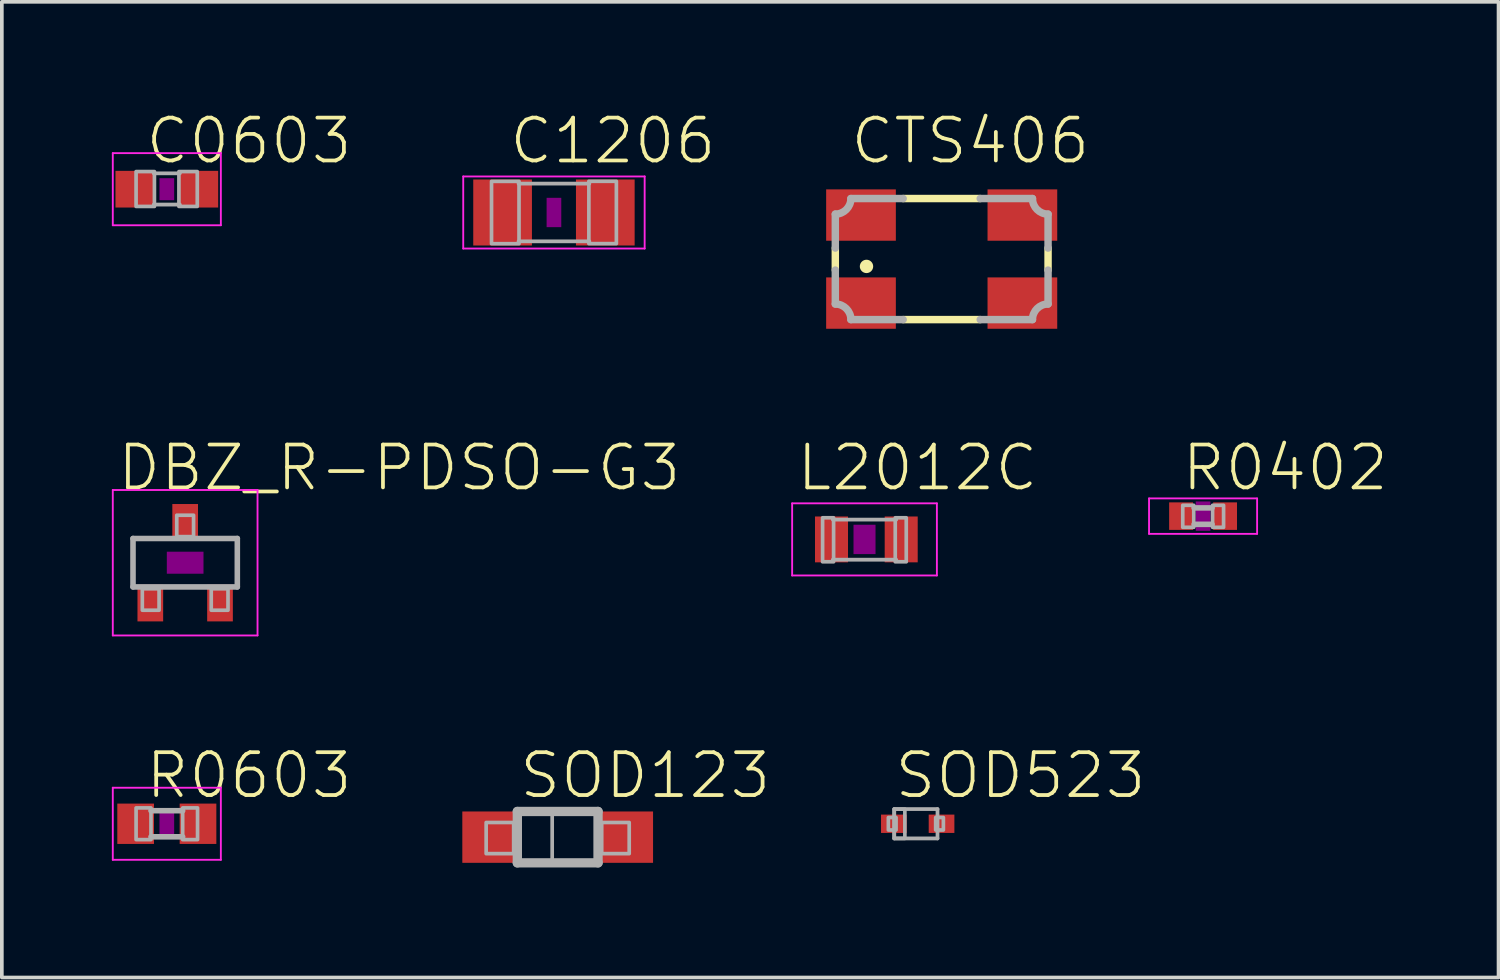
<source format=kicad_pcb>
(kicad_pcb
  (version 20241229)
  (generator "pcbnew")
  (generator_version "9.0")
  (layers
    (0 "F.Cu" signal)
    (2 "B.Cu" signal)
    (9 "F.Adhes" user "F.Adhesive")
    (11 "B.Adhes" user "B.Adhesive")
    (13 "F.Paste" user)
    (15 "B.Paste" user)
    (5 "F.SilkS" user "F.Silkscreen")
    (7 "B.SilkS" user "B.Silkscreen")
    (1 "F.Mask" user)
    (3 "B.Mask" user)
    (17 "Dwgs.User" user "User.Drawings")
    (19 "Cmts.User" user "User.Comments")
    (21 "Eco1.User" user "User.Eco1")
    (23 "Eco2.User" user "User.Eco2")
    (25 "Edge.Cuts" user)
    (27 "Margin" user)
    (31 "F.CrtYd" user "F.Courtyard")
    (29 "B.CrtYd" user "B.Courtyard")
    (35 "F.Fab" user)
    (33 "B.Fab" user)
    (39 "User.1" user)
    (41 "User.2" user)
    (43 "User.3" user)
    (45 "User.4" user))
  (footprint "SOD123"
    (layer "F.Cu")
    (at 12.154 19.773)
    (property "Reference" "SOD123" (at -1.1 -1 0) (layer "F.SilkS") (effects (font (size 1.168 1.168) (thickness 0.102)) (justify left bottom)))
    (fp_line (start -1.1 -0.7) (end 1.1 -0.7) (stroke (width 0.254) (type solid)) (layer "F.Fab"))
    (fp_line (start -1.1 0.7) (end -1.1 -0.7) (stroke (width 0.254) (type solid)) (layer "F.Fab"))
    (fp_line (start 1.1 -0.7) (end 1.1 0.7) (stroke (width 0.254) (type solid)) (layer "F.Fab"))
    (fp_line (start 1.1 0.7) (end -1.1 0.7) (stroke (width 0.254) (type solid)) (layer "F.Fab"))
    (fp_poly (pts (xy -1.95 0.45) (xy -1.2 0.45) (xy -1.2 -0.4) (xy -1.95 -0.4)) (stroke (width 0.1) (type solid)) (fill no) (layer "F.Fab"))
    (fp_poly (pts (xy -1.05 0.65) (xy -0.15 0.65) (xy -0.15 -0.7) (xy -1.05 -0.7)) (stroke (width 0.1) (type solid)) (fill no) (layer "F.Fab"))
    (fp_poly (pts (xy 1.2 0.45) (xy 1.95 0.45) (xy 1.95 -0.4) (xy 1.2 -0.4)) (stroke (width 0.1) (type solid)) (fill no) (layer "F.Fab"))
    (pad "A" smd rect (at 1.9 0) (size 1.4 1.4) (layers "F.Cu" "F.Mask" "F.Paste"))
    (pad "C" smd rect (at -1.9 0) (size 1.4 1.4) (layers "F.Cu" "F.Mask" "F.Paste")))
  (footprint "L2012C"
    (layer "F.Cu")
    (at 20.519 11.656)
    (property "Reference" "L2012C" (at -1.905 -1.27 0) (layer "F.SilkS") (effects (font (size 1.168 1.168) (thickness 0.102)) (justify left bottom)))
    (fp_poly (pts (xy -0.3 0.4) (xy 0.3 0.4) (xy 0.3 -0.4) (xy -0.3 -0.4)) (stroke (width 0) (type solid)) (fill yes) (layer "F.Adhes"))
    (fp_line (start -1.973 -0.983) (end 1.973 -0.983) (stroke (width 0.051) (type solid)) (layer "F.CrtYd"))
    (fp_line (start -1.973 0.983) (end -1.973 -0.983) (stroke (width 0.051) (type solid)) (layer "F.CrtYd"))
    (fp_line (start 1.973 -0.983) (end 1.973 0.983) (stroke (width 0.051) (type solid)) (layer "F.CrtYd"))
    (fp_line (start 1.973 0.983) (end -1.973 0.983) (stroke (width 0.051) (type solid)) (layer "F.CrtYd"))
    (fp_line (start -0.864 -0.54) (end 0.864 -0.54) (stroke (width 0.102) (type solid)) (layer "F.Fab"))
    (fp_line (start -0.864 0.553) (end 0.864 0.553) (stroke (width 0.102) (type solid)) (layer "F.Fab"))
    (fp_poly (pts (xy -1.143 0.61) (xy -0.843 0.61) (xy -0.843 -0.59) (xy -1.143 -0.59)) (stroke (width 0.1) (type solid)) (fill no) (layer "F.Fab"))
    (fp_poly (pts (xy 0.838 0.61) (xy 1.138 0.61) (xy 1.138 -0.59) (xy 0.838 -0.59)) (stroke (width 0.1) (type solid)) (fill no) (layer "F.Fab"))
    (pad "1" smd rect (at -0.9 0) (size 0.9 1.25) (layers "F.Cu" "F.Mask" "F.Paste"))
    (pad "2" smd rect (at 1 0) (size 0.9 1.25) (layers "F.Cu" "F.Mask" "F.Paste")))
  (footprint "C0603"
    (layer "F.Cu")
    (at 1.498 2.108)
    (property "Reference" "C0603" (at -0.635 -0.635 0) (layer "F.SilkS") (effects (font (size 1.168 1.168) (thickness 0.102)) (justify left bottom)))
    (fp_poly (pts (xy -0.2 0.3) (xy 0.2 0.3) (xy 0.2 -0.3) (xy -0.2 -0.3)) (stroke (width 0) (type solid)) (fill yes) (layer "F.Adhes"))
    (fp_line (start -1.473 -0.983) (end 1.473 -0.983) (stroke (width 0.051) (type solid)) (layer "F.CrtYd"))
    (fp_line (start -1.473 0.983) (end -1.473 -0.983) (stroke (width 0.051) (type solid)) (layer "F.CrtYd"))
    (fp_line (start 1.473 -0.983) (end 1.473 0.983) (stroke (width 0.051) (type solid)) (layer "F.CrtYd"))
    (fp_line (start 1.473 0.983) (end -1.473 0.983) (stroke (width 0.051) (type solid)) (layer "F.CrtYd"))
    (fp_line (start -0.356 -0.432) (end 0.356 -0.432) (stroke (width 0.102) (type solid)) (layer "F.Fab"))
    (fp_line (start -0.356 0.419) (end 0.356 0.419) (stroke (width 0.102) (type solid)) (layer "F.Fab"))
    (fp_poly (pts (xy -0.838 0.47) (xy -0.338 0.47) (xy -0.338 -0.48) (xy -0.838 -0.48)) (stroke (width 0.1) (type solid)) (fill no) (layer "F.Fab"))
    (fp_poly (pts (xy 0.33 0.47) (xy 0.83 0.47) (xy 0.83 -0.48) (xy 0.33 -0.48)) (stroke (width 0.1) (type solid)) (fill no) (layer "F.Fab"))
    (pad "1" smd rect (at -0.85 0) (size 1.1 1) (layers "F.Cu" "F.Mask" "F.Paste"))
    (pad "2" smd rect (at 0.85 0) (size 1.1 1) (layers "F.Cu" "F.Mask" "F.Paste")))
  (footprint "SOD523"
    (layer "F.Cu")
    (at 21.919 19.408)
    (property "Reference" "SOD523" (at -0.635 -0.635 0) (layer "F.SilkS") (effects (font (size 1.168 1.168) (thickness 0.102)) (justify left bottom)))
    (fp_line (start -0.59 -0.4) (end 0.59 -0.4) (stroke (width 0.102) (type solid)) (layer "F.Fab"))
    (fp_line (start -0.59 0.4) (end -0.59 -0.4) (stroke (width 0.102) (type solid)) (layer "F.Fab"))
    (fp_line (start 0.59 -0.4) (end 0.59 0.4) (stroke (width 0.102) (type solid)) (layer "F.Fab"))
    (fp_line (start 0.59 0.4) (end -0.59 0.4) (stroke (width 0.102) (type solid)) (layer "F.Fab"))
    (fp_poly (pts (xy -0.75 0.17) (xy -0.54 0.17) (xy -0.54 -0.17) (xy -0.75 -0.17)) (stroke (width 0.1) (type solid)) (fill no) (layer "F.Fab"))
    (fp_poly (pts (xy -0.59 0.4) (xy -0.3 0.4) (xy -0.3 -0.4) (xy -0.59 -0.4)) (stroke (width 0.1) (type solid)) (fill no) (layer "F.Fab"))
    (fp_poly (pts (xy 0.54 0.17) (xy 0.75 0.17) (xy 0.75 -0.17) (xy 0.54 -0.17)) (stroke (width 0.1) (type solid)) (fill no) (layer "F.Fab"))
    (pad "A" smd rect (at 0.7 0) (size 0.7 0.5) (layers "F.Cu" "F.Mask" "F.Paste"))
    (pad "C" smd rect (at -0.6 0) (size 0.7 0.5) (layers "F.Cu" "F.Mask" "F.Paste")))
  (footprint "R0402"
    (layer "F.Cu")
    (at 29.749 11.021)
    (property "Reference" "R0402" (at -0.635 -0.635 0) (layer "F.SilkS") (effects (font (size 1.168 1.168) (thickness 0.102)) (justify left bottom)))
    (fp_poly (pts (xy -0.2 0.4) (xy 0.2 0.4) (xy 0.2 -0.4) (xy -0.2 -0.4)) (stroke (width 0) (type solid)) (fill yes) (layer "F.Adhes"))
    (fp_line (start -1.473 -0.483) (end 1.473 -0.483) (stroke (width 0.051) (type solid)) (layer "F.CrtYd"))
    (fp_line (start -1.473 0.483) (end -1.473 -0.483) (stroke (width 0.051) (type solid)) (layer "F.CrtYd"))
    (fp_line (start 1.473 -0.483) (end 1.473 0.483) (stroke (width 0.051) (type solid)) (layer "F.CrtYd"))
    (fp_line (start 1.473 0.483) (end -1.473 0.483) (stroke (width 0.051) (type solid)) (layer "F.CrtYd"))
    (fp_line (start -0.245 -0.224) (end 0.245 -0.224) (stroke (width 0.152) (type solid)) (layer "F.Fab"))
    (fp_line (start 0.245 0.224) (end -0.245 0.224) (stroke (width 0.152) (type solid)) (layer "F.Fab"))
    (fp_poly (pts (xy -0.554 0.305) (xy -0.254 0.305) (xy -0.254 -0.295) (xy -0.554 -0.295)) (stroke (width 0.1) (type solid)) (fill no) (layer "F.Fab"))
    (fp_poly (pts (xy 0.259 0.305) (xy 0.559 0.305) (xy 0.559 -0.295) (xy 0.259 -0.295)) (stroke (width 0.1) (type solid)) (fill no) (layer "F.Fab"))
    (pad "1" smd rect (at -0.6 0) (size 0.65 0.75) (layers "F.Cu" "F.Mask" "F.Paste"))
    (pad "2" smd rect (at 0.6 0) (size 0.65 0.75) (layers "F.Cu" "F.Mask" "F.Paste")))
  (footprint "DBZ_R-PDSO-G3"
    (layer "F.Cu")
    (at 1.998 12.291)
    (property "Reference" "DBZ_R-PDSO-G3" (at -1.905 -1.905 0) (layer "F.SilkS") (effects (font (size 1.168 1.168) (thickness 0.102)) (justify left bottom)))
    (fp_poly (pts (xy -0.5 0.3) (xy 0.5 0.3) (xy 0.5 -0.3) (xy -0.5 -0.3)) (stroke (width 0) (type solid)) (fill yes) (layer "F.Adhes"))
    (fp_line (start -1.973 -1.983) (end 1.973 -1.983) (stroke (width 0.051) (type solid)) (layer "F.CrtYd"))
    (fp_line (start -1.973 1.983) (end -1.973 -1.983) (stroke (width 0.051) (type solid)) (layer "F.CrtYd"))
    (fp_line (start 1.973 -1.983) (end 1.973 1.983) (stroke (width 0.051) (type solid)) (layer "F.CrtYd"))
    (fp_line (start 1.973 1.983) (end -1.973 1.983) (stroke (width 0.051) (type solid)) (layer "F.CrtYd"))
    (fp_line (start -1.422 -0.66) (end 1.422 -0.66) (stroke (width 0.152) (type solid)) (layer "F.Fab"))
    (fp_line (start -1.422 0.66) (end -1.422 -0.66) (stroke (width 0.152) (type solid)) (layer "F.Fab"))
    (fp_line (start 1.422 -0.66) (end 1.422 0.66) (stroke (width 0.152) (type solid)) (layer "F.Fab"))
    (fp_line (start 1.422 0.66) (end -1.422 0.66) (stroke (width 0.152) (type solid)) (layer "F.Fab"))
    (fp_poly (pts (xy -1.168 1.295) (xy -0.711 1.295) (xy -0.711 0.711) (xy -1.168 0.711)) (stroke (width 0.1) (type solid)) (fill no) (layer "F.Fab"))
    (fp_poly (pts (xy -0.229 -0.711) (xy 0.229 -0.711) (xy 0.229 -1.295) (xy -0.229 -1.295)) (stroke (width 0.1) (type solid)) (fill no) (layer "F.Fab"))
    (fp_poly (pts (xy 0.711 1.295) (xy 1.168 1.295) (xy 1.168 0.711) (xy 0.711 0.711)) (stroke (width 0.1) (type solid)) (fill no) (layer "F.Fab"))
    (pad "1" smd rect (at -0.95 1.1) (size 0.7 1) (layers "F.Cu" "F.Mask" "F.Paste"))
    (pad "2" smd rect (at 0.95 1.1) (size 0.7 1) (layers "F.Cu" "F.Mask" "F.Paste"))
    (pad "3" smd rect (at 0 -1.1) (size 0.7 1) (layers "F.Cu" "F.Mask" "F.Paste")))
  (footprint "R0603"
    (layer "F.Cu")
    (at 1.498 19.408)
    (property "Reference" "R0603" (at -0.635 -0.635 0) (layer "F.SilkS") (effects (font (size 1.168 1.168) (thickness 0.102)) (justify left bottom)))
    (fp_poly (pts (xy -0.2 0.4) (xy 0.2 0.4) (xy 0.2 -0.4) (xy -0.2 -0.4)) (stroke (width 0) (type solid)) (fill yes) (layer "F.Adhes"))
    (fp_line (start -1.473 -0.983) (end 1.473 -0.983) (stroke (width 0.051) (type solid)) (layer "F.CrtYd"))
    (fp_line (start -1.473 0.983) (end -1.473 -0.983) (stroke (width 0.051) (type solid)) (layer "F.CrtYd"))
    (fp_line (start 1.473 -0.983) (end 1.473 0.983) (stroke (width 0.051) (type solid)) (layer "F.CrtYd"))
    (fp_line (start 1.473 0.983) (end -1.473 0.983) (stroke (width 0.051) (type solid)) (layer "F.CrtYd"))
    (fp_line (start -0.432 0.356) (end 0.432 0.356) (stroke (width 0.152) (type solid)) (layer "F.Fab"))
    (fp_line (start 0.432 -0.356) (end -0.432 -0.356) (stroke (width 0.152) (type solid)) (layer "F.Fab"))
    (fp_poly (pts (xy -0.838 0.432) (xy -0.432 0.432) (xy -0.432 -0.432) (xy -0.838 -0.432)) (stroke (width 0.1) (type solid)) (fill no) (layer "F.Fab"))
    (fp_poly (pts (xy 0.432 0.432) (xy 0.838 0.432) (xy 0.838 -0.432) (xy 0.432 -0.432)) (stroke (width 0.1) (type solid)) (fill no) (layer "F.Fab"))
    (pad "1" smd rect (at -0.85 0) (size 1 1.1) (layers "F.Cu" "F.Mask" "F.Paste"))
    (pad "2" smd rect (at 0.85 0) (size 1 1.1) (layers "F.Cu" "F.Mask" "F.Paste")))
  (footprint "CTS406"
    (layer "F.Cu")
    (at 22.623 4.013)
    (property "Reference" "CTS406" (at -2.54 -2.54 0) (layer "F.SilkS") (effects (font (size 1.168 1.168) (thickness 0.102)) (justify left bottom)))
    (fp_line (start -2.9 0.3) (end -2.9 -0.3) (stroke (width 0.203) (type solid)) (layer "F.SilkS"))
    (fp_line (start -1.05 -1.65) (end 1.05 -1.65) (stroke (width 0.203) (type solid)) (layer "F.SilkS"))
    (fp_line (start 1.05 1.65) (end -1.05 1.65) (stroke (width 0.203) (type solid)) (layer "F.SilkS"))
    (fp_line (start 2.9 -0.3) (end 2.9 0.3) (stroke (width 0.203) (type solid)) (layer "F.SilkS"))
    (fp_circle (center -2.05 0.2) (end -1.959 0.2) (stroke (width 0.182) (type solid)) (fill yes) (layer "F.SilkS"))
    (fp_line (start -2.9 -0.3) (end -2.9 -1.225) (stroke (width 0.203) (type solid)) (layer "F.Fab"))
    (fp_line (start -2.9 1.225) (end -2.9 0.3) (stroke (width 0.203) (type solid)) (layer "F.Fab"))
    (fp_line (start -2.475 -1.65) (end -1.05 -1.65) (stroke (width 0.203) (type solid)) (layer "F.Fab"))
    (fp_line (start -1.05 1.65) (end -2.475 1.65) (stroke (width 0.203) (type solid)) (layer "F.Fab"))
    (fp_line (start 1.05 -1.65) (end 2.475 -1.65) (stroke (width 0.203) (type solid)) (layer "F.Fab"))
    (fp_line (start 2.475 1.65) (end 1.05 1.65) (stroke (width 0.203) (type solid)) (layer "F.Fab"))
    (fp_line (start 2.9 -1.225) (end 2.9 -0.3) (stroke (width 0.203) (type solid)) (layer "F.Fab"))
    (fp_line (start 2.9 0.3) (end 2.9 1.225) (stroke (width 0.203) (type solid)) (layer "F.Fab"))
    (fp_arc (start -2.899998 1.225) (mid -2.600003 1.350005) (end -2.475 1.65) (stroke (width 0.2032) (type solid)) (layer "F.Fab"))
    (fp_arc (start -2.475 -1.649998) (mid -2.600005 -1.350003) (end -2.9 -1.225) (stroke (width 0.2032) (type solid)) (layer "F.Fab"))
    (fp_arc (start 2.475 1.649998) (mid 2.600005 1.350003) (end 2.9 1.225) (stroke (width 0.2032) (type solid)) (layer "F.Fab"))
    (fp_arc (start 2.899998 -1.225) (mid 2.600003 -1.350005) (end 2.475 -1.65) (stroke (width 0.2032) (type solid)) (layer "F.Fab"))
    (pad "1" smd rect (at -2.2 1.2) (size 1.9 1.4) (layers "F.Cu" "F.Mask" "F.Paste"))
    (pad "2" smd rect (at 2.2 1.2) (size 1.9 1.4) (layers "F.Cu" "F.Mask" "F.Paste"))
    (pad "3" smd rect (at 2.2 -1.2) (size 1.9 1.4) (layers "F.Cu" "F.Mask" "F.Paste"))
    (pad "4" smd rect (at -2.2 -1.2) (size 1.9 1.4) (layers "F.Cu" "F.Mask" "F.Paste")))
  (footprint "C1206"
    (layer "F.Cu")
    (at 12.052 2.743)
    (property "Reference" "C1206" (at -1.27 -1.27 0) (layer "F.SilkS") (effects (font (size 1.168 1.168) (thickness 0.102)) (justify left bottom)))
    (fp_poly (pts (xy -0.2 0.4) (xy 0.2 0.4) (xy 0.2 -0.4) (xy -0.2 -0.4)) (stroke (width 0) (type solid)) (fill yes) (layer "F.Adhes"))
    (fp_line (start -2.473 -0.983) (end 2.473 -0.983) (stroke (width 0.051) (type solid)) (layer "F.CrtYd"))
    (fp_line (start -2.473 0.983) (end -2.473 -0.983) (stroke (width 0.051) (type solid)) (layer "F.CrtYd"))
    (fp_line (start 2.473 -0.983) (end 2.473 0.983) (stroke (width 0.051) (type solid)) (layer "F.CrtYd"))
    (fp_line (start 2.473 0.983) (end -2.473 0.983) (stroke (width 0.051) (type solid)) (layer "F.CrtYd"))
    (fp_line (start -0.965 -0.787) (end 0.965 -0.787) (stroke (width 0.102) (type solid)) (layer "F.Fab"))
    (fp_line (start -0.965 0.787) (end 0.965 0.787) (stroke (width 0.102) (type solid)) (layer "F.Fab"))
    (fp_poly (pts (xy -1.702 0.851) (xy -0.952 0.851) (xy -0.952 -0.849) (xy -1.702 -0.849)) (stroke (width 0.1) (type solid)) (fill no) (layer "F.Fab"))
    (fp_poly (pts (xy 0.952 0.849) (xy 1.702 0.849) (xy 1.702 -0.851) (xy 0.952 -0.851)) (stroke (width 0.1) (type solid)) (fill no) (layer "F.Fab"))
    (pad "1" smd rect (at -1.4 0) (size 1.6 1.8) (layers "F.Cu" "F.Mask" "F.Paste"))
    (pad "2" smd rect (at 1.4 0) (size 1.6 1.8) (layers "F.Cu" "F.Mask" "F.Paste")))
  (gr_rect
    (start -3 -3)
    (end 37.804 23.6)
    (stroke (width 0.1) (type default))
    (fill no)
    (layer "Edge.Cuts")))
</source>
